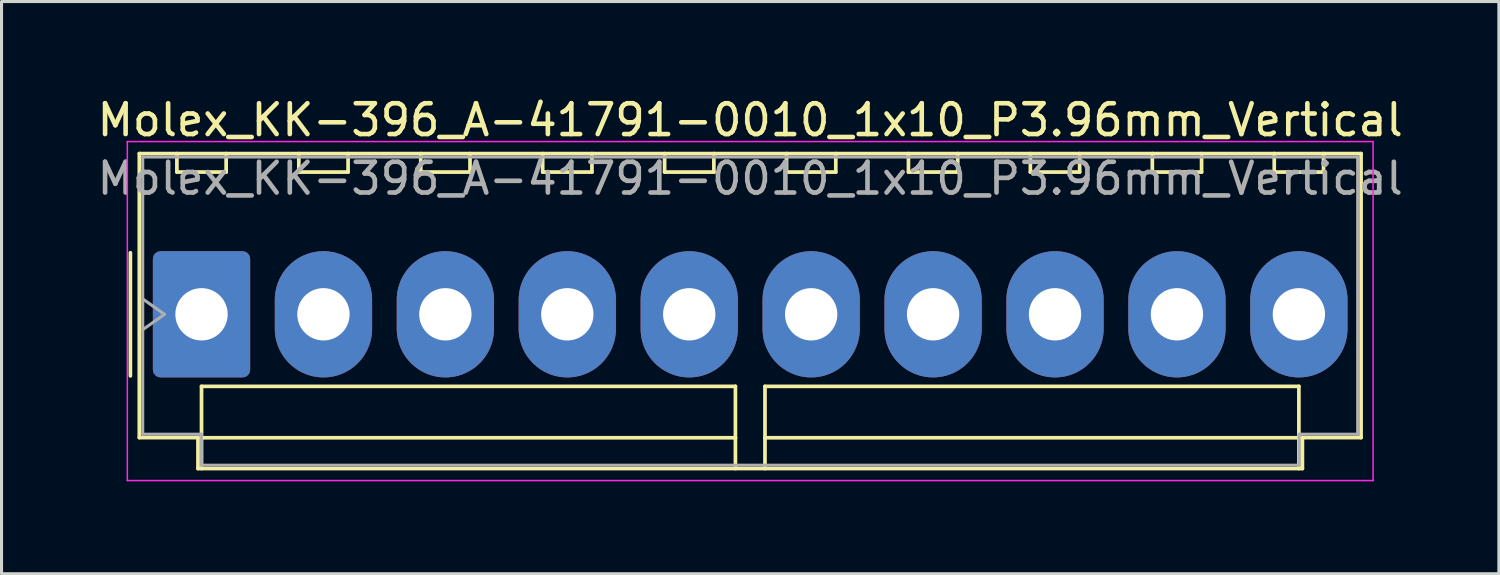
<source format=kicad_pcb>
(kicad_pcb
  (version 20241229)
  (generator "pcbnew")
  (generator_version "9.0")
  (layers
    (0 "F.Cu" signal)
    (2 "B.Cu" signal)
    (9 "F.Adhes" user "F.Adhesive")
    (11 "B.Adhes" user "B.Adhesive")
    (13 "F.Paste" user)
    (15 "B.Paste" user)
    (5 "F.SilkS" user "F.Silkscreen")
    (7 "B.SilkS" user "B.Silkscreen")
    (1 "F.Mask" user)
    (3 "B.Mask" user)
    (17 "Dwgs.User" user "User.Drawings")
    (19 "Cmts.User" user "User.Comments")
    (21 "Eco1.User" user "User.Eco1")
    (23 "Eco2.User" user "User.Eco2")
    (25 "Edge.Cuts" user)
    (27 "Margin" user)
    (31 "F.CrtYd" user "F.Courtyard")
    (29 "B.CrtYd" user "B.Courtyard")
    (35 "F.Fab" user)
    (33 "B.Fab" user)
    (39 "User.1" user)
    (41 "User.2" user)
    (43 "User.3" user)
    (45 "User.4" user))
  (footprint "Molex_KK-396_A-41791-0010_1x10_P3.96mm_Vertical"
    (layer "F.Cu")
    (at 3.495 7.158)
    (property "Reference" "Molex_KK-396_A-41791-0010_1x10_P3.96mm_Vertical" (at 17.82 -6.31 0) (layer "F.SilkS") (effects (font (size 1 1) (thickness 0.15))))
    (attr through_hole)
    (fp_line (start -2.31 -2) (end -2.31 2) (stroke (width 0.12) (type solid)) (layer "F.SilkS"))
    (fp_line (start -2.02 -5.22) (end 37.66 -5.22) (stroke (width 0.12) (type solid)) (layer "F.SilkS"))
    (fp_line (start -2.02 4.005) (end -2.02 -5.22) (stroke (width 0.12) (type solid)) (layer "F.SilkS"))
    (fp_line (start -0.8 -5.22) (end -0.8 -4.62) (stroke (width 0.12) (type solid)) (layer "F.SilkS"))
    (fp_line (start -0.8 -4.62) (end 0.8 -4.62) (stroke (width 0.12) (type solid)) (layer "F.SilkS"))
    (fp_line (start -0.115 4.005) (end -2.02 4.005) (stroke (width 0.12) (type solid)) (layer "F.SilkS"))
    (fp_line (start -0.115 5.01) (end -0.115 4.005) (stroke (width 0.12) (type solid)) (layer "F.SilkS"))
    (fp_line (start 0 2.34) (end 17.34 2.34) (stroke (width 0.12) (type solid)) (layer "F.SilkS"))
    (fp_line (start 0 4.01) (end 0 2.34) (stroke (width 0.12) (type solid)) (layer "F.SilkS"))
    (fp_line (start 0 4.01) (end 17.34 4.01) (stroke (width 0.12) (type solid)) (layer "F.SilkS"))
    (fp_line (start 0 5.01) (end 0 4.01) (stroke (width 0.12) (type solid)) (layer "F.SilkS"))
    (fp_line (start 0.8 -4.62) (end 0.8 -5.22) (stroke (width 0.12) (type solid)) (layer "F.SilkS"))
    (fp_line (start 3.16 -5.22) (end 3.16 -4.62) (stroke (width 0.12) (type solid)) (layer "F.SilkS"))
    (fp_line (start 3.16 -4.62) (end 4.76 -4.62) (stroke (width 0.12) (type solid)) (layer "F.SilkS"))
    (fp_line (start 4.76 -4.62) (end 4.76 -5.22) (stroke (width 0.12) (type solid)) (layer "F.SilkS"))
    (fp_line (start 7.12 -5.22) (end 7.12 -4.62) (stroke (width 0.12) (type solid)) (layer "F.SilkS"))
    (fp_line (start 7.12 -4.62) (end 8.72 -4.62) (stroke (width 0.12) (type solid)) (layer "F.SilkS"))
    (fp_line (start 8.72 -4.62) (end 8.72 -5.22) (stroke (width 0.12) (type solid)) (layer "F.SilkS"))
    (fp_line (start 11.08 -5.22) (end 11.08 -4.62) (stroke (width 0.12) (type solid)) (layer "F.SilkS"))
    (fp_line (start 11.08 -4.62) (end 12.68 -4.62) (stroke (width 0.12) (type solid)) (layer "F.SilkS"))
    (fp_line (start 12.68 -4.62) (end 12.68 -5.22) (stroke (width 0.12) (type solid)) (layer "F.SilkS"))
    (fp_line (start 15.04 -5.22) (end 15.04 -4.62) (stroke (width 0.12) (type solid)) (layer "F.SilkS"))
    (fp_line (start 15.04 -4.62) (end 16.64 -4.62) (stroke (width 0.12) (type solid)) (layer "F.SilkS"))
    (fp_line (start 16.64 -4.62) (end 16.64 -5.22) (stroke (width 0.12) (type solid)) (layer "F.SilkS"))
    (fp_line (start 17.34 2.34) (end 17.34 4.01) (stroke (width 0.12) (type solid)) (layer "F.SilkS"))
    (fp_line (start 17.34 4.01) (end 17.34 5.01) (stroke (width 0.12) (type solid)) (layer "F.SilkS"))
    (fp_line (start 18.3 2.34) (end 35.64 2.34) (stroke (width 0.12) (type solid)) (layer "F.SilkS"))
    (fp_line (start 18.3 4.01) (end 18.3 2.34) (stroke (width 0.12) (type solid)) (layer "F.SilkS"))
    (fp_line (start 18.3 4.01) (end 35.64 4.01) (stroke (width 0.12) (type solid)) (layer "F.SilkS"))
    (fp_line (start 18.3 5.01) (end 18.3 4.01) (stroke (width 0.12) (type solid)) (layer "F.SilkS"))
    (fp_line (start 19 -5.22) (end 19 -4.62) (stroke (width 0.12) (type solid)) (layer "F.SilkS"))
    (fp_line (start 19 -4.62) (end 20.6 -4.62) (stroke (width 0.12) (type solid)) (layer "F.SilkS"))
    (fp_line (start 20.6 -4.62) (end 20.6 -5.22) (stroke (width 0.12) (type solid)) (layer "F.SilkS"))
    (fp_line (start 22.96 -5.22) (end 22.96 -4.62) (stroke (width 0.12) (type solid)) (layer "F.SilkS"))
    (fp_line (start 22.96 -4.62) (end 24.56 -4.62) (stroke (width 0.12) (type solid)) (layer "F.SilkS"))
    (fp_line (start 24.56 -4.62) (end 24.56 -5.22) (stroke (width 0.12) (type solid)) (layer "F.SilkS"))
    (fp_line (start 26.92 -5.22) (end 26.92 -4.62) (stroke (width 0.12) (type solid)) (layer "F.SilkS"))
    (fp_line (start 26.92 -4.62) (end 28.52 -4.62) (stroke (width 0.12) (type solid)) (layer "F.SilkS"))
    (fp_line (start 28.52 -4.62) (end 28.52 -5.22) (stroke (width 0.12) (type solid)) (layer "F.SilkS"))
    (fp_line (start 30.88 -5.22) (end 30.88 -4.62) (stroke (width 0.12) (type solid)) (layer "F.SilkS"))
    (fp_line (start 30.88 -4.62) (end 32.48 -4.62) (stroke (width 0.12) (type solid)) (layer "F.SilkS"))
    (fp_line (start 32.48 -4.62) (end 32.48 -5.22) (stroke (width 0.12) (type solid)) (layer "F.SilkS"))
    (fp_line (start 34.84 -5.22) (end 34.84 -4.62) (stroke (width 0.12) (type solid)) (layer "F.SilkS"))
    (fp_line (start 34.84 -4.62) (end 36.44 -4.62) (stroke (width 0.12) (type solid)) (layer "F.SilkS"))
    (fp_line (start 35.64 2.34) (end 35.64 4.01) (stroke (width 0.12) (type solid)) (layer "F.SilkS"))
    (fp_line (start 35.64 4.01) (end 35.64 5.01) (stroke (width 0.12) (type solid)) (layer "F.SilkS"))
    (fp_line (start 35.755 4.005) (end 35.755 5.01) (stroke (width 0.12) (type solid)) (layer "F.SilkS"))
    (fp_line (start 35.755 5.01) (end -0.115 5.01) (stroke (width 0.12) (type solid)) (layer "F.SilkS"))
    (fp_line (start 36.44 -4.62) (end 36.44 -5.22) (stroke (width 0.12) (type solid)) (layer "F.SilkS"))
    (fp_line (start 37.66 -5.22) (end 37.66 4.005) (stroke (width 0.12) (type solid)) (layer "F.SilkS"))
    (fp_line (start 37.66 4.005) (end 35.755 4.005) (stroke (width 0.12) (type solid)) (layer "F.SilkS"))
    (fp_line (start -2.41 -5.61) (end -2.41 5.4) (stroke (width 0.05) (type solid)) (layer "F.CrtYd"))
    (fp_line (start -2.41 5.4) (end 38.05 5.4) (stroke (width 0.05) (type solid)) (layer "F.CrtYd"))
    (fp_line (start 38.05 -5.61) (end -2.41 -5.61) (stroke (width 0.05) (type solid)) (layer "F.CrtYd"))
    (fp_line (start 38.05 5.4) (end 38.05 -5.61) (stroke (width 0.05) (type solid)) (layer "F.CrtYd"))
    (fp_line (start -1.91 -5.11) (end 37.55 -5.11) (stroke (width 0.1) (type solid)) (layer "F.Fab"))
    (fp_line (start -1.91 -0.5) (end -1.203 0) (stroke (width 0.1) (type solid)) (layer "F.Fab"))
    (fp_line (start -1.91 3.895) (end -1.91 -5.11) (stroke (width 0.1) (type solid)) (layer "F.Fab"))
    (fp_line (start -1.203 0) (end -1.91 0.5) (stroke (width 0.1) (type solid)) (layer "F.Fab"))
    (fp_line (start -0.005 3.895) (end -1.91 3.895) (stroke (width 0.1) (type solid)) (layer "F.Fab"))
    (fp_line (start -0.005 4.9) (end -0.005 3.895) (stroke (width 0.1) (type solid)) (layer "F.Fab"))
    (fp_line (start 35.645 3.895) (end 35.645 4.9) (stroke (width 0.1) (type solid)) (layer "F.Fab"))
    (fp_line (start 35.645 4.9) (end -0.005 4.9) (stroke (width 0.1) (type solid)) (layer "F.Fab"))
    (fp_line (start 37.55 -5.11) (end 37.55 3.895) (stroke (width 0.1) (type solid)) (layer "F.Fab"))
    (fp_line (start 37.55 3.895) (end 35.645 3.895) (stroke (width 0.1) (type solid)) (layer "F.Fab"))
    (fp_text user "${REFERENCE}" (at 17.82 -4.41 0) (layer "F.Fab") (effects (font (size 1 1) (thickness 0.15))))
    (pad "1" thru_hole roundrect (at 0 0) (size 3.16 4.1) (drill 1.7) (layers "*.Cu" "*.Mask") (roundrect_rratio 0.079))
    (pad "2" thru_hole oval (at 3.96 0) (size 3.16 4.1) (drill 1.7) (layers "*.Cu" "*.Mask"))
    (pad "3" thru_hole oval (at 7.92 0) (size 3.16 4.1) (drill 1.7) (layers "*.Cu" "*.Mask"))
    (pad "4" thru_hole oval (at 11.88 0) (size 3.16 4.1) (drill 1.7) (layers "*.Cu" "*.Mask"))
    (pad "5" thru_hole oval (at 15.84 0) (size 3.16 4.1) (drill 1.7) (layers "*.Cu" "*.Mask"))
    (pad "6" thru_hole oval (at 19.8 0) (size 3.16 4.1) (drill 1.7) (layers "*.Cu" "*.Mask"))
    (pad "7" thru_hole oval (at 23.76 0) (size 3.16 4.1) (drill 1.7) (layers "*.Cu" "*.Mask"))
    (pad "8" thru_hole oval (at 27.72 0) (size 3.16 4.1) (drill 1.7) (layers "*.Cu" "*.Mask"))
    (pad "9" thru_hole oval (at 31.68 0) (size 3.16 4.1) (drill 1.7) (layers "*.Cu" "*.Mask"))
    (pad "10" thru_hole oval (at 35.64 0) (size 3.16 4.1) (drill 1.7) (layers "*.Cu" "*.Mask")))
  (gr_rect
    (start -3 -3)
    (end 45.631 15.583)
    (stroke (width 0.1) (type default))
    (fill no)
    (layer "Edge.Cuts")))
</source>
